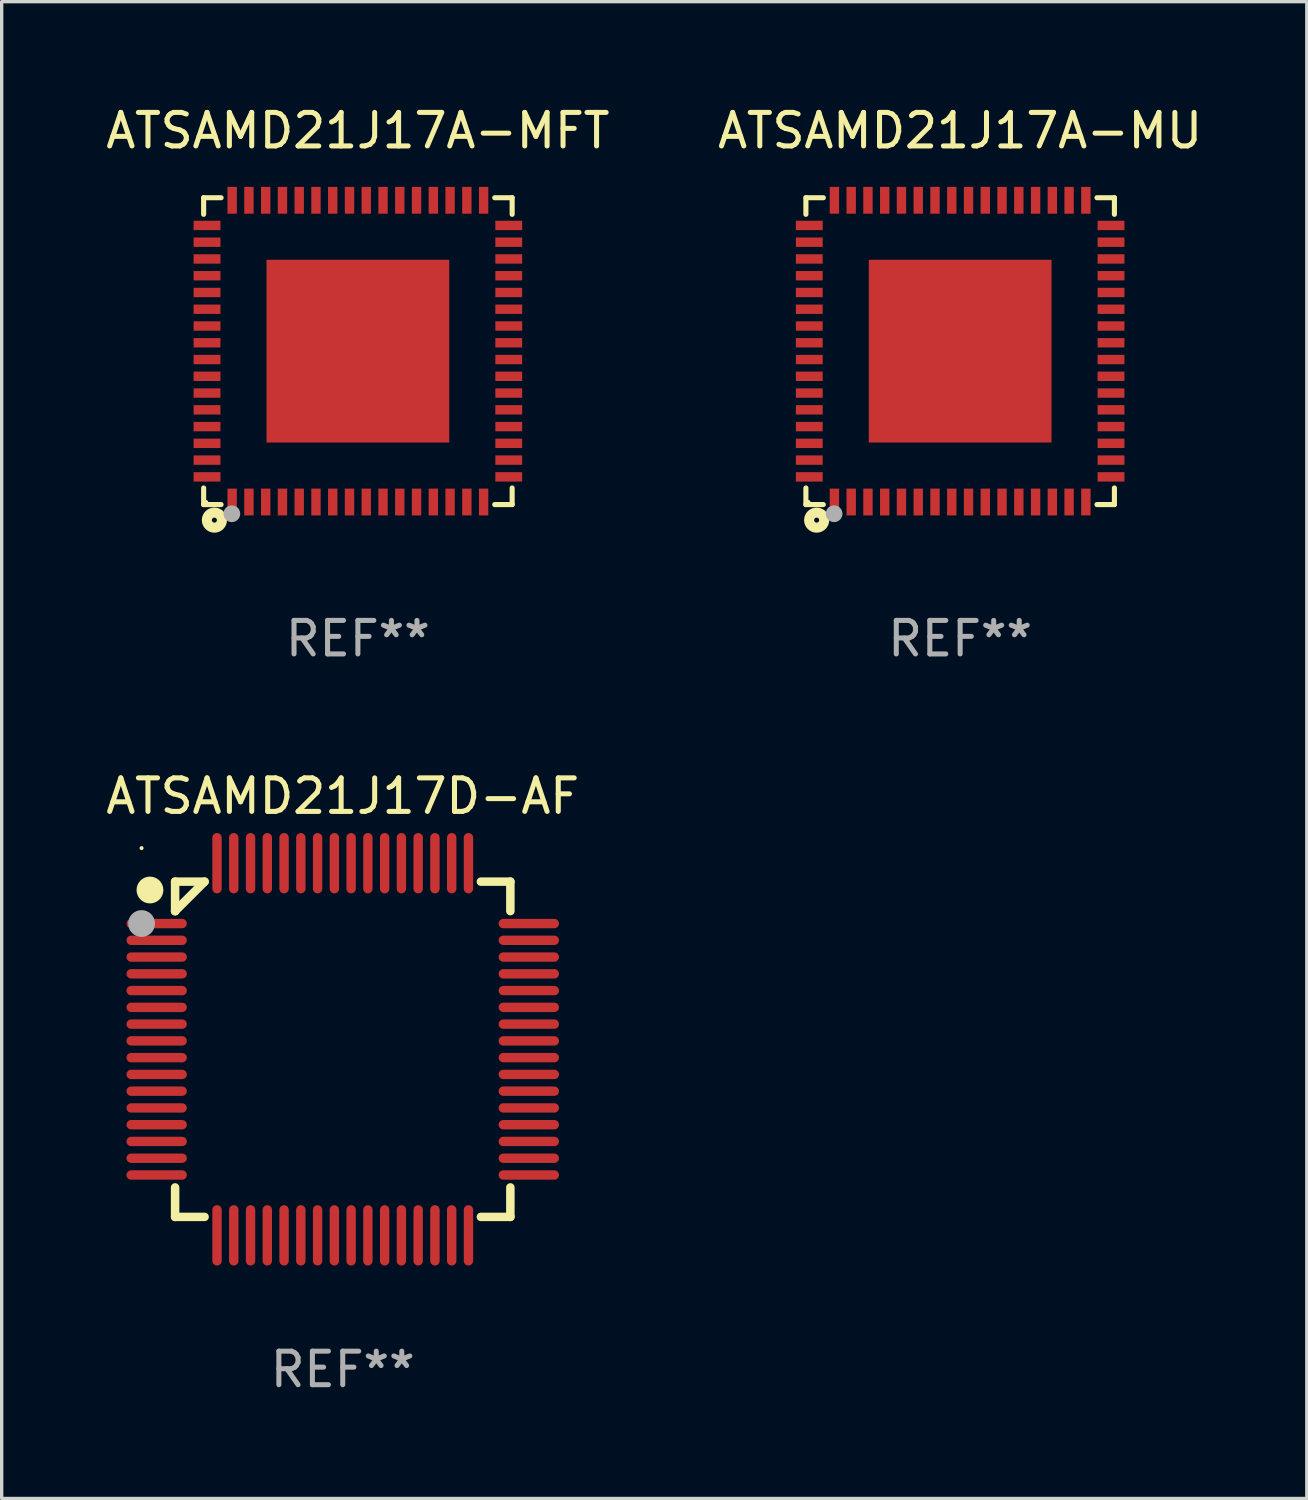
<source format=kicad_pcb>
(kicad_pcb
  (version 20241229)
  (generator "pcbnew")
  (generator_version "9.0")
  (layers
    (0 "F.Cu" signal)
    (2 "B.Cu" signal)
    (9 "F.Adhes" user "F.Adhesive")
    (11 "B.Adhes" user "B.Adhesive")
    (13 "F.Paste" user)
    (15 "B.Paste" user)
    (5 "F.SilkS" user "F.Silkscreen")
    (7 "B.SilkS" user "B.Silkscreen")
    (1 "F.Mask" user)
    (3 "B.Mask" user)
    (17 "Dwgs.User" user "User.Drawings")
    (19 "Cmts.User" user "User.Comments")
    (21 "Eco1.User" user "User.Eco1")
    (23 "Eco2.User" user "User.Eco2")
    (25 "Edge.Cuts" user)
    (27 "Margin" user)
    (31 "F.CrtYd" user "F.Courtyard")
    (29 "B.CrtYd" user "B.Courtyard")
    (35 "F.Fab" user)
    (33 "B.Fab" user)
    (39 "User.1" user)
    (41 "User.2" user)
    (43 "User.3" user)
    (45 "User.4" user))
  (footprint "ATSAMD21J17D-AF"
    (layer "F.Cu")
    (at 7.173 28.247)
    (property "Reference" "ATSAMD21J17D-AF" (at 0 -7.55 0) (layer "F.SilkS") (effects (font (size 1 1) (thickness 0.15))))
    (attr through_hole)
    (fp_line (start -5 -5) (end -4.121 -5) (stroke (width 0.254) (type solid)) (layer "F.SilkS"))
    (fp_line (start -5 -4.121) (end -5 -5) (stroke (width 0.254) (type solid)) (layer "F.SilkS"))
    (fp_line (start -5 -4.121) (end -5 -4.121) (stroke (width 0.254) (type solid)) (layer "F.SilkS"))
    (fp_line (start -5 -4.121) (end -4.121 -5) (stroke (width 0.254) (type solid)) (layer "F.SilkS"))
    (fp_line (start -5 5) (end -5 4.121) (stroke (width 0.254) (type solid)) (layer "F.SilkS"))
    (fp_line (start -4.121 5) (end -5 5) (stroke (width 0.254) (type solid)) (layer "F.SilkS"))
    (fp_line (start 4.121 -5) (end 5 -5) (stroke (width 0.254) (type solid)) (layer "F.SilkS"))
    (fp_line (start 5 -5) (end 5 -4.121) (stroke (width 0.254) (type solid)) (layer "F.SilkS"))
    (fp_line (start 5 4.121) (end 5 5) (stroke (width 0.254) (type solid)) (layer "F.SilkS"))
    (fp_line (start 5 5) (end 4.121 5) (stroke (width 0.254) (type solid)) (layer "F.SilkS"))
    (fp_circle (center -6 -6) (end -5.97 -6) (stroke (width 0.06) (type solid)) (fill no) (layer "F.SilkS"))
    (fp_circle (center -5.75 -4.75) (end -5.55 -4.75) (stroke (width 0.4) (type solid)) (fill no) (layer "F.SilkS"))
    (fp_circle (center -6 -3.75) (end -5.8 -3.75) (stroke (width 0.4) (type solid)) (fill no) (layer "F.Fab"))
    (fp_text user "REF**" (at 0 9.55 0) (layer "F.Fab") (effects (font (size 1 1) (thickness 0.15))))
    (pad "1" smd oval (at -5.55 -3.75 90) (size 0.28 1.8) (layers "F.Cu" "F.Mask" "F.Paste"))
    (pad "2" smd oval (at -5.55 -3.25 90) (size 0.28 1.8) (layers "F.Cu" "F.Mask" "F.Paste"))
    (pad "3" smd oval (at -5.55 -2.75 90) (size 0.28 1.8) (layers "F.Cu" "F.Mask" "F.Paste"))
    (pad "4" smd oval (at -5.55 -2.25 90) (size 0.28 1.8) (layers "F.Cu" "F.Mask" "F.Paste"))
    (pad "5" smd oval (at -5.55 -1.75 90) (size 0.28 1.8) (layers "F.Cu" "F.Mask" "F.Paste"))
    (pad "6" smd oval (at -5.55 -1.25 90) (size 0.28 1.8) (layers "F.Cu" "F.Mask" "F.Paste"))
    (pad "7" smd oval (at -5.55 -0.75 90) (size 0.28 1.8) (layers "F.Cu" "F.Mask" "F.Paste"))
    (pad "8" smd oval (at -5.55 -0.25 90) (size 0.28 1.8) (layers "F.Cu" "F.Mask" "F.Paste"))
    (pad "9" smd oval (at -5.55 0.25 90) (size 0.28 1.8) (layers "F.Cu" "F.Mask" "F.Paste"))
    (pad "10" smd oval (at -5.55 0.75 90) (size 0.28 1.8) (layers "F.Cu" "F.Mask" "F.Paste"))
    (pad "11" smd oval (at -5.55 1.25 90) (size 0.28 1.8) (layers "F.Cu" "F.Mask" "F.Paste"))
    (pad "12" smd oval (at -5.55 1.75 90) (size 0.28 1.8) (layers "F.Cu" "F.Mask" "F.Paste"))
    (pad "13" smd oval (at -5.55 2.25 90) (size 0.28 1.8) (layers "F.Cu" "F.Mask" "F.Paste"))
    (pad "14" smd oval (at -5.55 2.75 90) (size 0.28 1.8) (layers "F.Cu" "F.Mask" "F.Paste"))
    (pad "15" smd oval (at -5.55 3.25 90) (size 0.28 1.8) (layers "F.Cu" "F.Mask" "F.Paste"))
    (pad "16" smd oval (at -5.55 3.75 90) (size 0.28 1.8) (layers "F.Cu" "F.Mask" "F.Paste"))
    (pad "17" smd oval (at -3.75 5.55) (size 0.28 1.8) (layers "F.Cu" "F.Mask" "F.Paste"))
    (pad "18" smd oval (at -3.25 5.55) (size 0.28 1.8) (layers "F.Cu" "F.Mask" "F.Paste"))
    (pad "19" smd oval (at -2.75 5.55) (size 0.28 1.8) (layers "F.Cu" "F.Mask" "F.Paste"))
    (pad "20" smd oval (at -2.25 5.55) (size 0.28 1.8) (layers "F.Cu" "F.Mask" "F.Paste"))
    (pad "21" smd oval (at -1.75 5.55) (size 0.28 1.8) (layers "F.Cu" "F.Mask" "F.Paste"))
    (pad "22" smd oval (at -1.25 5.55) (size 0.28 1.8) (layers "F.Cu" "F.Mask" "F.Paste"))
    (pad "23" smd oval (at -0.75 5.55) (size 0.28 1.8) (layers "F.Cu" "F.Mask" "F.Paste"))
    (pad "24" smd oval (at -0.25 5.55) (size 0.28 1.8) (layers "F.Cu" "F.Mask" "F.Paste"))
    (pad "25" smd oval (at 0.25 5.55) (size 0.28 1.8) (layers "F.Cu" "F.Mask" "F.Paste"))
    (pad "26" smd oval (at 0.75 5.55) (size 0.28 1.8) (layers "F.Cu" "F.Mask" "F.Paste"))
    (pad "27" smd oval (at 1.25 5.55) (size 0.28 1.8) (layers "F.Cu" "F.Mask" "F.Paste"))
    (pad "28" smd oval (at 1.75 5.55) (size 0.28 1.8) (layers "F.Cu" "F.Mask" "F.Paste"))
    (pad "29" smd oval (at 2.25 5.55) (size 0.28 1.8) (layers "F.Cu" "F.Mask" "F.Paste"))
    (pad "30" smd oval (at 2.75 5.55) (size 0.28 1.8) (layers "F.Cu" "F.Mask" "F.Paste"))
    (pad "31" smd oval (at 3.25 5.55) (size 0.28 1.8) (layers "F.Cu" "F.Mask" "F.Paste"))
    (pad "32" smd oval (at 3.75 5.55) (size 0.28 1.8) (layers "F.Cu" "F.Mask" "F.Paste"))
    (pad "33" smd oval (at 5.55 3.75 90) (size 0.28 1.8) (layers "F.Cu" "F.Mask" "F.Paste"))
    (pad "34" smd oval (at 5.55 3.25 90) (size 0.28 1.8) (layers "F.Cu" "F.Mask" "F.Paste"))
    (pad "35" smd oval (at 5.55 2.75 90) (size 0.28 1.8) (layers "F.Cu" "F.Mask" "F.Paste"))
    (pad "36" smd oval (at 5.55 2.25 90) (size 0.28 1.8) (layers "F.Cu" "F.Mask" "F.Paste"))
    (pad "37" smd oval (at 5.55 1.75 90) (size 0.28 1.8) (layers "F.Cu" "F.Mask" "F.Paste"))
    (pad "38" smd oval (at 5.55 1.25 90) (size 0.28 1.8) (layers "F.Cu" "F.Mask" "F.Paste"))
    (pad "39" smd oval (at 5.55 0.75 90) (size 0.28 1.8) (layers "F.Cu" "F.Mask" "F.Paste"))
    (pad "40" smd oval (at 5.55 0.25 90) (size 0.28 1.8) (layers "F.Cu" "F.Mask" "F.Paste"))
    (pad "41" smd oval (at 5.55 -0.25 90) (size 0.28 1.8) (layers "F.Cu" "F.Mask" "F.Paste"))
    (pad "42" smd oval (at 5.55 -0.75 90) (size 0.28 1.8) (layers "F.Cu" "F.Mask" "F.Paste"))
    (pad "43" smd oval (at 5.55 -1.25 90) (size 0.28 1.8) (layers "F.Cu" "F.Mask" "F.Paste"))
    (pad "44" smd oval (at 5.55 -1.75 90) (size 0.28 1.8) (layers "F.Cu" "F.Mask" "F.Paste"))
    (pad "45" smd oval (at 5.55 -2.25 90) (size 0.28 1.8) (layers "F.Cu" "F.Mask" "F.Paste"))
    (pad "46" smd oval (at 5.55 -2.75 90) (size 0.28 1.8) (layers "F.Cu" "F.Mask" "F.Paste"))
    (pad "47" smd oval (at 5.55 -3.25 90) (size 0.28 1.8) (layers "F.Cu" "F.Mask" "F.Paste"))
    (pad "48" smd oval (at 5.55 -3.75 90) (size 0.28 1.8) (layers "F.Cu" "F.Mask" "F.Paste"))
    (pad "49" smd oval (at 3.75 -5.55) (size 0.28 1.8) (layers "F.Cu" "F.Mask" "F.Paste"))
    (pad "50" smd oval (at 3.25 -5.55) (size 0.28 1.8) (layers "F.Cu" "F.Mask" "F.Paste"))
    (pad "51" smd oval (at 2.75 -5.55) (size 0.28 1.8) (layers "F.Cu" "F.Mask" "F.Paste"))
    (pad "52" smd oval (at 2.25 -5.55) (size 0.28 1.8) (layers "F.Cu" "F.Mask" "F.Paste"))
    (pad "53" smd oval (at 1.75 -5.55) (size 0.28 1.8) (layers "F.Cu" "F.Mask" "F.Paste"))
    (pad "54" smd oval (at 1.25 -5.55) (size 0.28 1.8) (layers "F.Cu" "F.Mask" "F.Paste"))
    (pad "55" smd oval (at 0.75 -5.55) (size 0.28 1.8) (layers "F.Cu" "F.Mask" "F.Paste"))
    (pad "56" smd oval (at 0.25 -5.55) (size 0.28 1.8) (layers "F.Cu" "F.Mask" "F.Paste"))
    (pad "57" smd oval (at -0.25 -5.55) (size 0.28 1.8) (layers "F.Cu" "F.Mask" "F.Paste"))
    (pad "58" smd oval (at -0.75 -5.55) (size 0.28 1.8) (layers "F.Cu" "F.Mask" "F.Paste"))
    (pad "59" smd oval (at -1.25 -5.55) (size 0.28 1.8) (layers "F.Cu" "F.Mask" "F.Paste"))
    (pad "60" smd oval (at -1.75 -5.55) (size 0.28 1.8) (layers "F.Cu" "F.Mask" "F.Paste"))
    (pad "61" smd oval (at -2.25 -5.55) (size 0.28 1.8) (layers "F.Cu" "F.Mask" "F.Paste"))
    (pad "62" smd oval (at -2.75 -5.55) (size 0.28 1.8) (layers "F.Cu" "F.Mask" "F.Paste"))
    (pad "63" smd oval (at -3.25 -5.55) (size 0.28 1.8) (layers "F.Cu" "F.Mask" "F.Paste"))
    (pad "64" smd oval (at -3.75 -5.55) (size 0.28 1.8) (layers "F.Cu" "F.Mask" "F.Paste")))
  (footprint "ATSAMD21J17A-MFT"
    (layer "F.Cu")
    (at 7.625 7.424)
    (property "Reference" "ATSAMD21J17A-MFT" (at 0 -6.576 0) (layer "F.SilkS") (effects (font (size 1 1) (thickness 0.15))))
    (attr through_hole)
    (fp_line (start -4.601 -4.576) (end -4.081 -4.576) (stroke (width 0.152) (type solid)) (layer "F.SilkS"))
    (fp_line (start -4.601 -4.081) (end -4.601 -4.576) (stroke (width 0.152) (type solid)) (layer "F.SilkS"))
    (fp_line (start -4.601 4.081) (end -4.601 4.576) (stroke (width 0.152) (type solid)) (layer "F.SilkS"))
    (fp_line (start -4.601 4.576) (end -4.081 4.576) (stroke (width 0.152) (type solid)) (layer "F.SilkS"))
    (fp_line (start 4.601 -4.576) (end 4.081 -4.576) (stroke (width 0.152) (type solid)) (layer "F.SilkS"))
    (fp_line (start 4.601 -4.081) (end 4.601 -4.576) (stroke (width 0.152) (type solid)) (layer "F.SilkS"))
    (fp_line (start 4.601 4.081) (end 4.601 4.576) (stroke (width 0.152) (type solid)) (layer "F.SilkS"))
    (fp_line (start 4.601 4.576) (end 4.081 4.576) (stroke (width 0.152) (type solid)) (layer "F.SilkS"))
    (fp_circle (center -4.525 4.5) (end -4.495 4.5) (stroke (width 0.06) (type solid)) (fill no) (layer "F.SilkS"))
    (fp_circle (center -4.28 5.04) (end -4.205 5.04) (stroke (width 0.3) (type solid)) (fill no) (layer "F.SilkS"))
    (fp_circle (center -3.76 4.85) (end -3.635 4.85) (stroke (width 0.25) (type solid)) (fill no) (layer "F.Fab"))
    (fp_text user "REF**" (at 0 8.576 0) (layer "F.Fab") (effects (font (size 1 1) (thickness 0.15))))
    (pad "1" smd rect (at -3.75 4.5) (size 0.28 0.8) (layers "F.Cu" "F.Mask" "F.Paste"))
    (pad "2" smd rect (at -3.25 4.5) (size 0.28 0.8) (layers "F.Cu" "F.Mask" "F.Paste"))
    (pad "3" smd rect (at -2.75 4.5) (size 0.28 0.8) (layers "F.Cu" "F.Mask" "F.Paste"))
    (pad "4" smd rect (at -2.25 4.5) (size 0.28 0.8) (layers "F.Cu" "F.Mask" "F.Paste"))
    (pad "5" smd rect (at -1.75 4.5) (size 0.28 0.8) (layers "F.Cu" "F.Mask" "F.Paste"))
    (pad "6" smd rect (at -1.25 4.5) (size 0.28 0.8) (layers "F.Cu" "F.Mask" "F.Paste"))
    (pad "7" smd rect (at -0.75 4.5) (size 0.28 0.8) (layers "F.Cu" "F.Mask" "F.Paste"))
    (pad "8" smd rect (at -0.25 4.5) (size 0.28 0.8) (layers "F.Cu" "F.Mask" "F.Paste"))
    (pad "9" smd rect (at 0.25 4.5) (size 0.28 0.8) (layers "F.Cu" "F.Mask" "F.Paste"))
    (pad "10" smd rect (at 0.75 4.5) (size 0.28 0.8) (layers "F.Cu" "F.Mask" "F.Paste"))
    (pad "11" smd rect (at 1.25 4.5) (size 0.28 0.8) (layers "F.Cu" "F.Mask" "F.Paste"))
    (pad "12" smd rect (at 1.75 4.5) (size 0.28 0.8) (layers "F.Cu" "F.Mask" "F.Paste"))
    (pad "13" smd rect (at 2.25 4.5) (size 0.28 0.8) (layers "F.Cu" "F.Mask" "F.Paste"))
    (pad "14" smd rect (at 2.75 4.5) (size 0.28 0.8) (layers "F.Cu" "F.Mask" "F.Paste"))
    (pad "15" smd rect (at 3.25 4.5) (size 0.28 0.8) (layers "F.Cu" "F.Mask" "F.Paste"))
    (pad "16" smd rect (at 3.75 4.5) (size 0.28 0.8) (layers "F.Cu" "F.Mask" "F.Paste"))
    (pad "17" smd rect (at 4.5 3.75) (size 0.8 0.28) (layers "F.Cu" "F.Mask" "F.Paste"))
    (pad "18" smd rect (at 4.5 3.25) (size 0.8 0.28) (layers "F.Cu" "F.Mask" "F.Paste"))
    (pad "19" smd rect (at 4.5 2.75) (size 0.8 0.28) (layers "F.Cu" "F.Mask" "F.Paste"))
    (pad "20" smd rect (at 4.5 2.25) (size 0.8 0.28) (layers "F.Cu" "F.Mask" "F.Paste"))
    (pad "21" smd rect (at 4.5 1.75) (size 0.8 0.28) (layers "F.Cu" "F.Mask" "F.Paste"))
    (pad "22" smd rect (at 4.5 1.25) (size 0.8 0.28) (layers "F.Cu" "F.Mask" "F.Paste"))
    (pad "23" smd rect (at 4.5 0.75) (size 0.8 0.28) (layers "F.Cu" "F.Mask" "F.Paste"))
    (pad "24" smd rect (at 4.5 0.25) (size 0.8 0.28) (layers "F.Cu" "F.Mask" "F.Paste"))
    (pad "25" smd rect (at 4.5 -0.25) (size 0.8 0.28) (layers "F.Cu" "F.Mask" "F.Paste"))
    (pad "26" smd rect (at 4.5 -0.75) (size 0.8 0.28) (layers "F.Cu" "F.Mask" "F.Paste"))
    (pad "27" smd rect (at 4.5 -1.25) (size 0.8 0.28) (layers "F.Cu" "F.Mask" "F.Paste"))
    (pad "28" smd rect (at 4.5 -1.75) (size 0.8 0.28) (layers "F.Cu" "F.Mask" "F.Paste"))
    (pad "29" smd rect (at 4.5 -2.25) (size 0.8 0.28) (layers "F.Cu" "F.Mask" "F.Paste"))
    (pad "30" smd rect (at 4.5 -2.75) (size 0.8 0.28) (layers "F.Cu" "F.Mask" "F.Paste"))
    (pad "31" smd rect (at 4.5 -3.25) (size 0.8 0.28) (layers "F.Cu" "F.Mask" "F.Paste"))
    (pad "32" smd rect (at 4.5 -3.75) (size 0.8 0.28) (layers "F.Cu" "F.Mask" "F.Paste"))
    (pad "33" smd rect (at 3.75 -4.5) (size 0.28 0.8) (layers "F.Cu" "F.Mask" "F.Paste"))
    (pad "34" smd rect (at 3.25 -4.5) (size 0.28 0.8) (layers "F.Cu" "F.Mask" "F.Paste"))
    (pad "35" smd rect (at 2.75 -4.5) (size 0.28 0.8) (layers "F.Cu" "F.Mask" "F.Paste"))
    (pad "36" smd rect (at 2.25 -4.5) (size 0.28 0.8) (layers "F.Cu" "F.Mask" "F.Paste"))
    (pad "37" smd rect (at 1.75 -4.5) (size 0.28 0.8) (layers "F.Cu" "F.Mask" "F.Paste"))
    (pad "38" smd rect (at 1.25 -4.5) (size 0.28 0.8) (layers "F.Cu" "F.Mask" "F.Paste"))
    (pad "39" smd rect (at 0.75 -4.5) (size 0.28 0.8) (layers "F.Cu" "F.Mask" "F.Paste"))
    (pad "40" smd rect (at 0.25 -4.5) (size 0.28 0.8) (layers "F.Cu" "F.Mask" "F.Paste"))
    (pad "41" smd rect (at -0.25 -4.5) (size 0.28 0.8) (layers "F.Cu" "F.Mask" "F.Paste"))
    (pad "42" smd rect (at -0.75 -4.5) (size 0.28 0.8) (layers "F.Cu" "F.Mask" "F.Paste"))
    (pad "43" smd rect (at -1.25 -4.5) (size 0.28 0.8) (layers "F.Cu" "F.Mask" "F.Paste"))
    (pad "44" smd rect (at -1.75 -4.5) (size 0.28 0.8) (layers "F.Cu" "F.Mask" "F.Paste"))
    (pad "45" smd rect (at -2.25 -4.5) (size 0.28 0.8) (layers "F.Cu" "F.Mask" "F.Paste"))
    (pad "46" smd rect (at -2.75 -4.5) (size 0.28 0.8) (layers "F.Cu" "F.Mask" "F.Paste"))
    (pad "47" smd rect (at -3.25 -4.5) (size 0.28 0.8) (layers "F.Cu" "F.Mask" "F.Paste"))
    (pad "48" smd rect (at -3.75 -4.5) (size 0.28 0.8) (layers "F.Cu" "F.Mask" "F.Paste"))
    (pad "49" smd rect (at -4.5 -3.75) (size 0.8 0.28) (layers "F.Cu" "F.Mask" "F.Paste"))
    (pad "50" smd rect (at -4.5 -3.25) (size 0.8 0.28) (layers "F.Cu" "F.Mask" "F.Paste"))
    (pad "51" smd rect (at -4.5 -2.75) (size 0.8 0.28) (layers "F.Cu" "F.Mask" "F.Paste"))
    (pad "52" smd rect (at -4.5 -2.25) (size 0.8 0.28) (layers "F.Cu" "F.Mask" "F.Paste"))
    (pad "53" smd rect (at -4.5 -1.75) (size 0.8 0.28) (layers "F.Cu" "F.Mask" "F.Paste"))
    (pad "54" smd rect (at -4.5 -1.25) (size 0.8 0.28) (layers "F.Cu" "F.Mask" "F.Paste"))
    (pad "55" smd rect (at -4.5 -0.75) (size 0.8 0.28) (layers "F.Cu" "F.Mask" "F.Paste"))
    (pad "56" smd rect (at -4.5 -0.25) (size 0.8 0.28) (layers "F.Cu" "F.Mask" "F.Paste"))
    (pad "57" smd rect (at -4.5 0.25) (size 0.8 0.28) (layers "F.Cu" "F.Mask" "F.Paste"))
    (pad "58" smd rect (at -4.5 0.75) (size 0.8 0.28) (layers "F.Cu" "F.Mask" "F.Paste"))
    (pad "59" smd rect (at -4.5 1.25) (size 0.8 0.28) (layers "F.Cu" "F.Mask" "F.Paste"))
    (pad "60" smd rect (at -4.5 1.75) (size 0.8 0.28) (layers "F.Cu" "F.Mask" "F.Paste"))
    (pad "61" smd rect (at -4.5 2.25) (size 0.8 0.28) (layers "F.Cu" "F.Mask" "F.Paste"))
    (pad "62" smd rect (at -4.5 2.75) (size 0.8 0.28) (layers "F.Cu" "F.Mask" "F.Paste"))
    (pad "63" smd rect (at -4.5 3.25) (size 0.8 0.28) (layers "F.Cu" "F.Mask" "F.Paste"))
    (pad "64" smd rect (at -4.5 3.75) (size 0.8 0.28) (layers "F.Cu" "F.Mask" "F.Paste"))
    (pad "65" smd rect (at 0 0) (size 5.45 5.45) (layers "F.Cu" "F.Mask" "F.Paste")))
  (footprint "ATSAMD21J17A-MU"
    (layer "F.Cu")
    (at 25.589 7.424)
    (property "Reference" "ATSAMD21J17A-MU" (at 0 -6.576 0) (layer "F.SilkS") (effects (font (size 1 1) (thickness 0.15))))
    (attr through_hole)
    (fp_line (start -4.601 -4.576) (end -4.081 -4.576) (stroke (width 0.152) (type solid)) (layer "F.SilkS"))
    (fp_line (start -4.601 -4.081) (end -4.601 -4.576) (stroke (width 0.152) (type solid)) (layer "F.SilkS"))
    (fp_line (start -4.601 4.081) (end -4.601 4.576) (stroke (width 0.152) (type solid)) (layer "F.SilkS"))
    (fp_line (start -4.601 4.576) (end -4.081 4.576) (stroke (width 0.152) (type solid)) (layer "F.SilkS"))
    (fp_line (start 4.601 -4.576) (end 4.081 -4.576) (stroke (width 0.152) (type solid)) (layer "F.SilkS"))
    (fp_line (start 4.601 -4.081) (end 4.601 -4.576) (stroke (width 0.152) (type solid)) (layer "F.SilkS"))
    (fp_line (start 4.601 4.081) (end 4.601 4.576) (stroke (width 0.152) (type solid)) (layer "F.SilkS"))
    (fp_line (start 4.601 4.576) (end 4.081 4.576) (stroke (width 0.152) (type solid)) (layer "F.SilkS"))
    (fp_circle (center -4.525 4.5) (end -4.495 4.5) (stroke (width 0.06) (type solid)) (fill no) (layer "F.SilkS"))
    (fp_circle (center -4.28 5.04) (end -4.205 5.04) (stroke (width 0.3) (type solid)) (fill no) (layer "F.SilkS"))
    (fp_circle (center -3.76 4.85) (end -3.635 4.85) (stroke (width 0.25) (type solid)) (fill no) (layer "F.Fab"))
    (fp_text user "REF**" (at 0 8.576 0) (layer "F.Fab") (effects (font (size 1 1) (thickness 0.15))))
    (pad "1" smd rect (at -3.75 4.5) (size 0.28 0.8) (layers "F.Cu" "F.Mask" "F.Paste"))
    (pad "2" smd rect (at -3.25 4.5) (size 0.28 0.8) (layers "F.Cu" "F.Mask" "F.Paste"))
    (pad "3" smd rect (at -2.75 4.5) (size 0.28 0.8) (layers "F.Cu" "F.Mask" "F.Paste"))
    (pad "4" smd rect (at -2.25 4.5) (size 0.28 0.8) (layers "F.Cu" "F.Mask" "F.Paste"))
    (pad "5" smd rect (at -1.75 4.5) (size 0.28 0.8) (layers "F.Cu" "F.Mask" "F.Paste"))
    (pad "6" smd rect (at -1.25 4.5) (size 0.28 0.8) (layers "F.Cu" "F.Mask" "F.Paste"))
    (pad "7" smd rect (at -0.75 4.5) (size 0.28 0.8) (layers "F.Cu" "F.Mask" "F.Paste"))
    (pad "8" smd rect (at -0.25 4.5) (size 0.28 0.8) (layers "F.Cu" "F.Mask" "F.Paste"))
    (pad "9" smd rect (at 0.25 4.5) (size 0.28 0.8) (layers "F.Cu" "F.Mask" "F.Paste"))
    (pad "10" smd rect (at 0.75 4.5) (size 0.28 0.8) (layers "F.Cu" "F.Mask" "F.Paste"))
    (pad "11" smd rect (at 1.25 4.5) (size 0.28 0.8) (layers "F.Cu" "F.Mask" "F.Paste"))
    (pad "12" smd rect (at 1.75 4.5) (size 0.28 0.8) (layers "F.Cu" "F.Mask" "F.Paste"))
    (pad "13" smd rect (at 2.25 4.5) (size 0.28 0.8) (layers "F.Cu" "F.Mask" "F.Paste"))
    (pad "14" smd rect (at 2.75 4.5) (size 0.28 0.8) (layers "F.Cu" "F.Mask" "F.Paste"))
    (pad "15" smd rect (at 3.25 4.5) (size 0.28 0.8) (layers "F.Cu" "F.Mask" "F.Paste"))
    (pad "16" smd rect (at 3.75 4.5) (size 0.28 0.8) (layers "F.Cu" "F.Mask" "F.Paste"))
    (pad "17" smd rect (at 4.5 3.75) (size 0.8 0.28) (layers "F.Cu" "F.Mask" "F.Paste"))
    (pad "18" smd rect (at 4.5 3.25) (size 0.8 0.28) (layers "F.Cu" "F.Mask" "F.Paste"))
    (pad "19" smd rect (at 4.5 2.75) (size 0.8 0.28) (layers "F.Cu" "F.Mask" "F.Paste"))
    (pad "20" smd rect (at 4.5 2.25) (size 0.8 0.28) (layers "F.Cu" "F.Mask" "F.Paste"))
    (pad "21" smd rect (at 4.5 1.75) (size 0.8 0.28) (layers "F.Cu" "F.Mask" "F.Paste"))
    (pad "22" smd rect (at 4.5 1.25) (size 0.8 0.28) (layers "F.Cu" "F.Mask" "F.Paste"))
    (pad "23" smd rect (at 4.5 0.75) (size 0.8 0.28) (layers "F.Cu" "F.Mask" "F.Paste"))
    (pad "24" smd rect (at 4.5 0.25) (size 0.8 0.28) (layers "F.Cu" "F.Mask" "F.Paste"))
    (pad "25" smd rect (at 4.5 -0.25) (size 0.8 0.28) (layers "F.Cu" "F.Mask" "F.Paste"))
    (pad "26" smd rect (at 4.5 -0.75) (size 0.8 0.28) (layers "F.Cu" "F.Mask" "F.Paste"))
    (pad "27" smd rect (at 4.5 -1.25) (size 0.8 0.28) (layers "F.Cu" "F.Mask" "F.Paste"))
    (pad "28" smd rect (at 4.5 -1.75) (size 0.8 0.28) (layers "F.Cu" "F.Mask" "F.Paste"))
    (pad "29" smd rect (at 4.5 -2.25) (size 0.8 0.28) (layers "F.Cu" "F.Mask" "F.Paste"))
    (pad "30" smd rect (at 4.5 -2.75) (size 0.8 0.28) (layers "F.Cu" "F.Mask" "F.Paste"))
    (pad "31" smd rect (at 4.5 -3.25) (size 0.8 0.28) (layers "F.Cu" "F.Mask" "F.Paste"))
    (pad "32" smd rect (at 4.5 -3.75) (size 0.8 0.28) (layers "F.Cu" "F.Mask" "F.Paste"))
    (pad "33" smd rect (at 3.75 -4.5) (size 0.28 0.8) (layers "F.Cu" "F.Mask" "F.Paste"))
    (pad "34" smd rect (at 3.25 -4.5) (size 0.28 0.8) (layers "F.Cu" "F.Mask" "F.Paste"))
    (pad "35" smd rect (at 2.75 -4.5) (size 0.28 0.8) (layers "F.Cu" "F.Mask" "F.Paste"))
    (pad "36" smd rect (at 2.25 -4.5) (size 0.28 0.8) (layers "F.Cu" "F.Mask" "F.Paste"))
    (pad "37" smd rect (at 1.75 -4.5) (size 0.28 0.8) (layers "F.Cu" "F.Mask" "F.Paste"))
    (pad "38" smd rect (at 1.25 -4.5) (size 0.28 0.8) (layers "F.Cu" "F.Mask" "F.Paste"))
    (pad "39" smd rect (at 0.75 -4.5) (size 0.28 0.8) (layers "F.Cu" "F.Mask" "F.Paste"))
    (pad "40" smd rect (at 0.25 -4.5) (size 0.28 0.8) (layers "F.Cu" "F.Mask" "F.Paste"))
    (pad "41" smd rect (at -0.25 -4.5) (size 0.28 0.8) (layers "F.Cu" "F.Mask" "F.Paste"))
    (pad "42" smd rect (at -0.75 -4.5) (size 0.28 0.8) (layers "F.Cu" "F.Mask" "F.Paste"))
    (pad "43" smd rect (at -1.25 -4.5) (size 0.28 0.8) (layers "F.Cu" "F.Mask" "F.Paste"))
    (pad "44" smd rect (at -1.75 -4.5) (size 0.28 0.8) (layers "F.Cu" "F.Mask" "F.Paste"))
    (pad "45" smd rect (at -2.25 -4.5) (size 0.28 0.8) (layers "F.Cu" "F.Mask" "F.Paste"))
    (pad "46" smd rect (at -2.75 -4.5) (size 0.28 0.8) (layers "F.Cu" "F.Mask" "F.Paste"))
    (pad "47" smd rect (at -3.25 -4.5) (size 0.28 0.8) (layers "F.Cu" "F.Mask" "F.Paste"))
    (pad "48" smd rect (at -3.75 -4.5) (size 0.28 0.8) (layers "F.Cu" "F.Mask" "F.Paste"))
    (pad "49" smd rect (at -4.5 -3.75) (size 0.8 0.28) (layers "F.Cu" "F.Mask" "F.Paste"))
    (pad "50" smd rect (at -4.5 -3.25) (size 0.8 0.28) (layers "F.Cu" "F.Mask" "F.Paste"))
    (pad "51" smd rect (at -4.5 -2.75) (size 0.8 0.28) (layers "F.Cu" "F.Mask" "F.Paste"))
    (pad "52" smd rect (at -4.5 -2.25) (size 0.8 0.28) (layers "F.Cu" "F.Mask" "F.Paste"))
    (pad "53" smd rect (at -4.5 -1.75) (size 0.8 0.28) (layers "F.Cu" "F.Mask" "F.Paste"))
    (pad "54" smd rect (at -4.5 -1.25) (size 0.8 0.28) (layers "F.Cu" "F.Mask" "F.Paste"))
    (pad "55" smd rect (at -4.5 -0.75) (size 0.8 0.28) (layers "F.Cu" "F.Mask" "F.Paste"))
    (pad "56" smd rect (at -4.5 -0.25) (size 0.8 0.28) (layers "F.Cu" "F.Mask" "F.Paste"))
    (pad "57" smd rect (at -4.5 0.25) (size 0.8 0.28) (layers "F.Cu" "F.Mask" "F.Paste"))
    (pad "58" smd rect (at -4.5 0.75) (size 0.8 0.28) (layers "F.Cu" "F.Mask" "F.Paste"))
    (pad "59" smd rect (at -4.5 1.25) (size 0.8 0.28) (layers "F.Cu" "F.Mask" "F.Paste"))
    (pad "60" smd rect (at -4.5 1.75) (size 0.8 0.28) (layers "F.Cu" "F.Mask" "F.Paste"))
    (pad "61" smd rect (at -4.5 2.25) (size 0.8 0.28) (layers "F.Cu" "F.Mask" "F.Paste"))
    (pad "62" smd rect (at -4.5 2.75) (size 0.8 0.28) (layers "F.Cu" "F.Mask" "F.Paste"))
    (pad "63" smd rect (at -4.5 3.25) (size 0.8 0.28) (layers "F.Cu" "F.Mask" "F.Paste"))
    (pad "64" smd rect (at -4.5 3.75) (size 0.8 0.28) (layers "F.Cu" "F.Mask" "F.Paste"))
    (pad "65" smd rect (at 0 0) (size 5.45 5.45) (layers "F.Cu" "F.Mask" "F.Paste")))
  (gr_rect
    (start -3 -3)
    (end 35.929 41.645)
    (stroke (width 0.1) (type default))
    (fill no)
    (layer "Edge.Cuts")))
</source>
